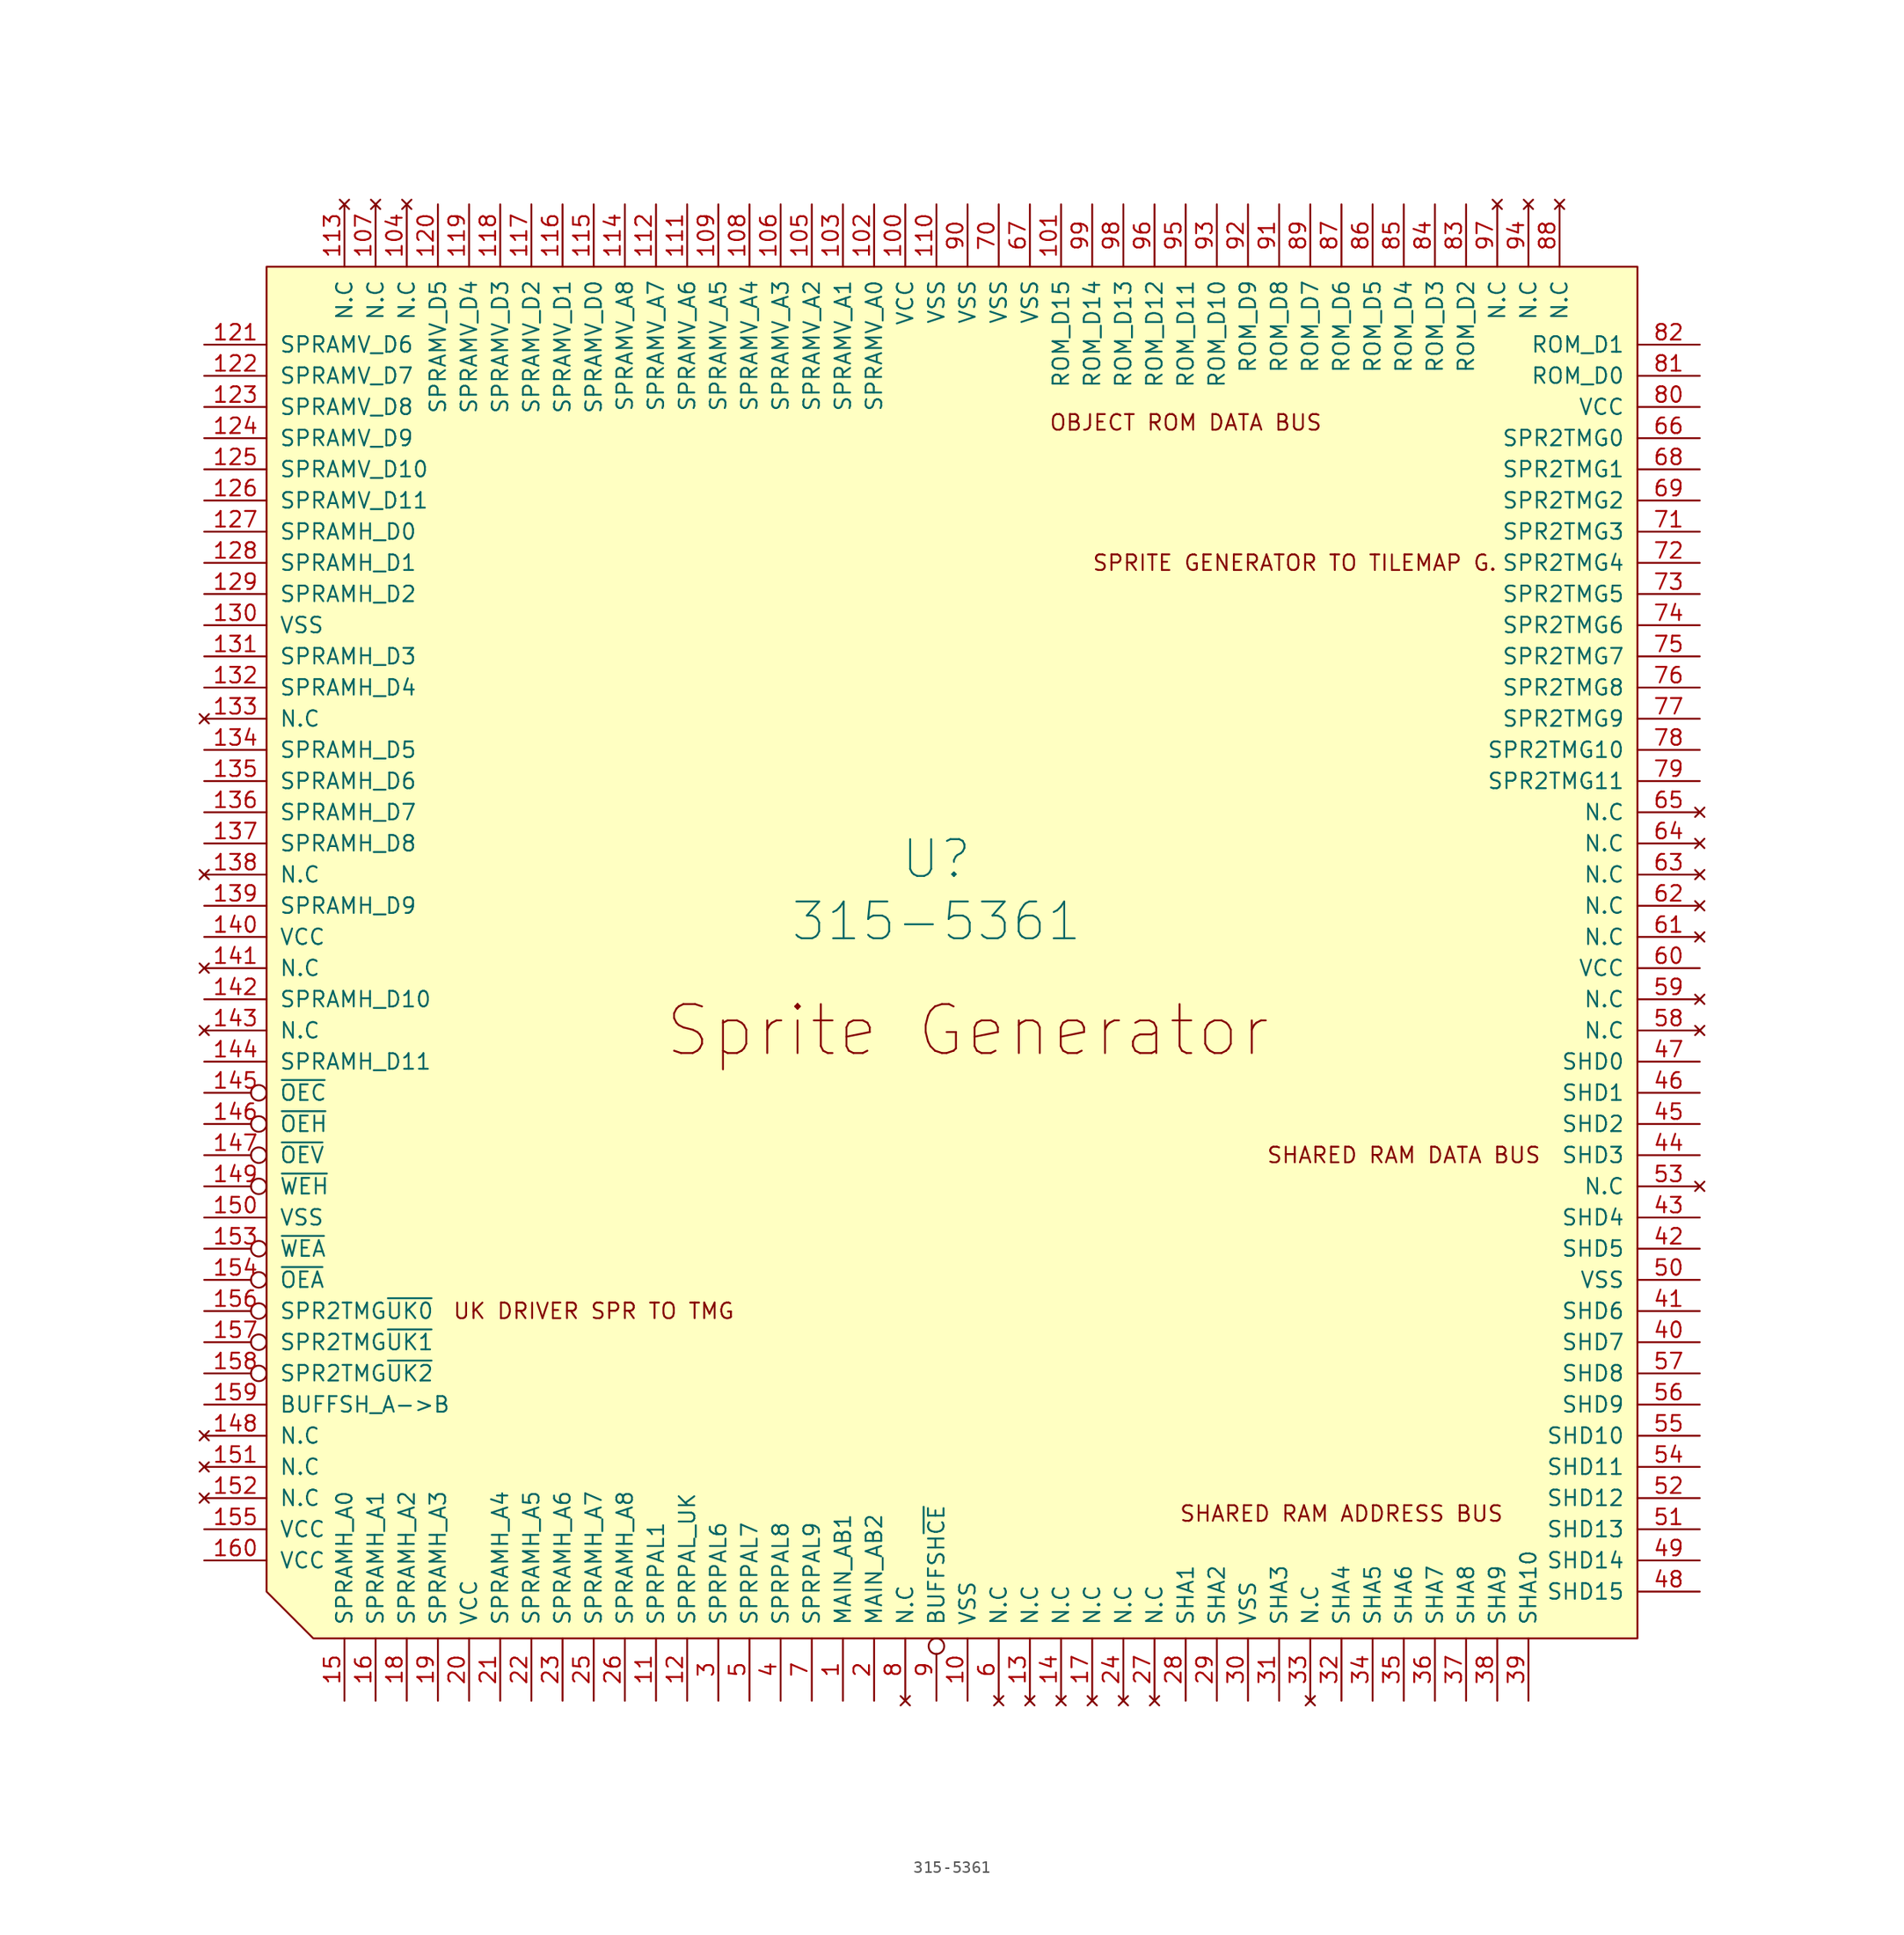
<source format=kicad_sym>
(kicad_symbol_lib
  (version 20220914)
  (generator kicad_symbol_editor)
  (symbol "315-5361"
    (pin_names
      (offset 1.016))
    (property "Reference" "U"
      (at 0 5.08 0)
      (effects (font (size 2.997 2.997))))
    (property "Value" "315-5361"
      (at 0 0 0)
      (effects (font (size 2.997 2.997))))
    (symbol "315-5361_0_0"
      (text "OBJECT ROM DATA BUS" (at 20.32 40.64 0) (effects (font (size 1.27 1.27))))
      (text "SHARED RAM ADDRESS BUS" (at 33.02 -48.26 0) (effects (font (size 1.27 1.27))))
      (text "SHARED RAM DATA BUS" (at 38.1 -19.05 0) (effects (font (size 1.27 1.27))))
      (text "Sprite Generator" (at 2.54 -8.89 0) (effects (font (size 3.988 3.988))))
      (text "SPRITE GENERATOR TO TILEMAP G." (at 29.21 29.21 0) (effects (font (size 1.27 1.27))))
      (text "UK DRIVER SPR TO TMG" (at -27.94 -31.75 0) (effects (font (size 1.27 1.27)))))
    (symbol "315-5361_1_1"
      (polyline (pts (xy -48.26 -58.42) (xy -50.8 -58.42) (xy -54.61 -54.61) (xy -54.61 53.34) (xy 57.15 53.34) (xy 57.15 -58.42) (xy -48.26 -58.42)) (stroke (width 0) (type default)) (fill (type background)))
      (pin input line (at -7.62 -63.5 90) (length 5.08) (name "MAIN_AB1" (effects (font (size 1.27 1.27)))) (number "1" (effects (font (size 1.27 1.27)))))
      (pin power_in line (at 2.54 -63.5 90) (length 5.08) (name "VSS" (effects (font (size 1.27 1.27)))) (number "10" (effects (font (size 1.27 1.27)))))
      (pin power_in line (at -2.54 58.42 270) (length 5.08) (name "VCC" (effects (font (size 1.27 1.27)))) (number "100" (effects (font (size 1.27 1.27)))))
      (pin input line (at 10.16 58.42 270) (length 5.08) (name "ROM_D15" (effects (font (size 1.27 1.27)))) (number "101" (effects (font (size 1.27 1.27)))))
      (pin output line (at -5.08 58.42 270) (length 5.08) (name "SPRAMV_A0" (effects (font (size 1.27 1.27)))) (number "102" (effects (font (size 1.27 1.27)))))
      (pin output line (at -7.62 58.42 270) (length 5.08) (name "SPRAMV_A1" (effects (font (size 1.27 1.27)))) (number "103" (effects (font (size 1.27 1.27)))))
      (pin no_connect line (at -43.18 58.42 270) (length 5.08) (name "N.C" (effects (font (size 1.27 1.27)))) (number "104" (effects (font (size 1.27 1.27)))))
      (pin output line (at -10.16 58.42 270) (length 5.08) (name "SPRAMV_A2" (effects (font (size 1.27 1.27)))) (number "105" (effects (font (size 1.27 1.27)))))
      (pin output line (at -12.7 58.42 270) (length 5.08) (name "SPRAMV_A3" (effects (font (size 1.27 1.27)))) (number "106" (effects (font (size 1.27 1.27)))))
      (pin no_connect line (at -45.72 58.42 270) (length 5.08) (name "N.C" (effects (font (size 1.27 1.27)))) (number "107" (effects (font (size 1.27 1.27)))))
      (pin output line (at -15.24 58.42 270) (length 5.08) (name "SPRAMV_A4" (effects (font (size 1.27 1.27)))) (number "108" (effects (font (size 1.27 1.27)))))
      (pin output line (at -17.78 58.42 270) (length 5.08) (name "SPRAMV_A5" (effects (font (size 1.27 1.27)))) (number "109" (effects (font (size 1.27 1.27)))))
      (pin bidirectional line (at -22.86 -63.5 90) (length 5.08) (name "SPRPAL1" (effects (font (size 1.27 1.27)))) (number "11" (effects (font (size 1.27 1.27)))))
      (pin power_in line (at 0 58.42 270) (length 5.08) (name "VSS" (effects (font (size 1.27 1.27)))) (number "110" (effects (font (size 1.27 1.27)))))
      (pin output line (at -20.32 58.42 270) (length 5.08) (name "SPRAMV_A6" (effects (font (size 1.27 1.27)))) (number "111" (effects (font (size 1.27 1.27)))))
      (pin output line (at -22.86 58.42 270) (length 5.08) (name "SPRAMV_A7" (effects (font (size 1.27 1.27)))) (number "112" (effects (font (size 1.27 1.27)))))
      (pin no_connect line (at -48.26 58.42 270) (length 5.08) (name "N.C" (effects (font (size 1.27 1.27)))) (number "113" (effects (font (size 1.27 1.27)))))
      (pin output line (at -25.4 58.42 270) (length 5.08) (name "SPRAMV_A8" (effects (font (size 1.27 1.27)))) (number "114" (effects (font (size 1.27 1.27)))))
      (pin bidirectional line (at -27.94 58.42 270) (length 5.08) (name "SPRAMV_D0" (effects (font (size 1.27 1.27)))) (number "115" (effects (font (size 1.27 1.27)))))
      (pin bidirectional line (at -30.48 58.42 270) (length 5.08) (name "SPRAMV_D1" (effects (font (size 1.27 1.27)))) (number "116" (effects (font (size 1.27 1.27)))))
      (pin bidirectional line (at -33.02 58.42 270) (length 5.08) (name "SPRAMV_D2" (effects (font (size 1.27 1.27)))) (number "117" (effects (font (size 1.27 1.27)))))
      (pin bidirectional line (at -35.56 58.42 270) (length 5.08) (name "SPRAMV_D3" (effects (font (size 1.27 1.27)))) (number "118" (effects (font (size 1.27 1.27)))))
      (pin bidirectional line (at -38.1 58.42 270) (length 5.08) (name "SPRAMV_D4" (effects (font (size 1.27 1.27)))) (number "119" (effects (font (size 1.27 1.27)))))
      (pin bidirectional line (at -20.32 -63.5 90) (length 5.08) (name "SPRPAL_UK" (effects (font (size 1.27 1.27)))) (number "12" (effects (font (size 1.27 1.27)))))
      (pin bidirectional line (at -40.64 58.42 270) (length 5.08) (name "SPRAMV_D5" (effects (font (size 1.27 1.27)))) (number "120" (effects (font (size 1.27 1.27)))))
      (pin bidirectional line (at -59.69 46.99 0) (length 5.08) (name "SPRAMV_D6" (effects (font (size 1.27 1.27)))) (number "121" (effects (font (size 1.27 1.27)))))
      (pin bidirectional line (at -59.69 44.45 0) (length 5.08) (name "SPRAMV_D7" (effects (font (size 1.27 1.27)))) (number "122" (effects (font (size 1.27 1.27)))))
      (pin bidirectional line (at -59.69 41.91 0) (length 5.08) (name "SPRAMV_D8" (effects (font (size 1.27 1.27)))) (number "123" (effects (font (size 1.27 1.27)))))
      (pin bidirectional line (at -59.69 39.37 0) (length 5.08) (name "SPRAMV_D9" (effects (font (size 1.27 1.27)))) (number "124" (effects (font (size 1.27 1.27)))))
      (pin bidirectional line (at -59.69 36.83 0) (length 5.08) (name "SPRAMV_D10" (effects (font (size 1.27 1.27)))) (number "125" (effects (font (size 1.27 1.27)))))
      (pin bidirectional line (at -59.69 34.29 0) (length 5.08) (name "SPRAMV_D11" (effects (font (size 1.27 1.27)))) (number "126" (effects (font (size 1.27 1.27)))))
      (pin bidirectional line (at -59.69 31.75 0) (length 5.08) (name "SPRAMH_D0" (effects (font (size 1.27 1.27)))) (number "127" (effects (font (size 1.27 1.27)))))
      (pin bidirectional line (at -59.69 29.21 0) (length 5.08) (name "SPRAMH_D1" (effects (font (size 1.27 1.27)))) (number "128" (effects (font (size 1.27 1.27)))))
      (pin bidirectional line (at -59.69 26.67 0) (length 5.08) (name "SPRAMH_D2" (effects (font (size 1.27 1.27)))) (number "129" (effects (font (size 1.27 1.27)))))
      (pin no_connect line (at 7.62 -63.5 90) (length 5.08) (name "N.C" (effects (font (size 1.27 1.27)))) (number "13" (effects (font (size 1.27 1.27)))))
      (pin power_in line (at -59.69 24.13 0) (length 5.08) (name "VSS" (effects (font (size 1.27 1.27)))) (number "130" (effects (font (size 1.27 1.27)))))
      (pin bidirectional line (at -59.69 21.59 0) (length 5.08) (name "SPRAMH_D3" (effects (font (size 1.27 1.27)))) (number "131" (effects (font (size 1.27 1.27)))))
      (pin bidirectional line (at -59.69 19.05 0) (length 5.08) (name "SPRAMH_D4" (effects (font (size 1.27 1.27)))) (number "132" (effects (font (size 1.27 1.27)))))
      (pin no_connect line (at -59.69 16.51 0) (length 5.08) (name "N.C" (effects (font (size 1.27 1.27)))) (number "133" (effects (font (size 1.27 1.27)))))
      (pin bidirectional line (at -59.69 13.97 0) (length 5.08) (name "SPRAMH_D5" (effects (font (size 1.27 1.27)))) (number "134" (effects (font (size 1.27 1.27)))))
      (pin bidirectional line (at -59.69 11.43 0) (length 5.08) (name "SPRAMH_D6" (effects (font (size 1.27 1.27)))) (number "135" (effects (font (size 1.27 1.27)))))
      (pin bidirectional line (at -59.69 8.89 0) (length 5.08) (name "SPRAMH_D7" (effects (font (size 1.27 1.27)))) (number "136" (effects (font (size 1.27 1.27)))))
      (pin bidirectional line (at -59.69 6.35 0) (length 5.08) (name "SPRAMH_D8" (effects (font (size 1.27 1.27)))) (number "137" (effects (font (size 1.27 1.27)))))
      (pin no_connect line (at -59.69 3.81 0) (length 5.08) (name "N.C" (effects (font (size 1.27 1.27)))) (number "138" (effects (font (size 1.27 1.27)))))
      (pin bidirectional line (at -59.69 1.27 0) (length 5.08) (name "SPRAMH_D9" (effects (font (size 1.27 1.27)))) (number "139" (effects (font (size 1.27 1.27)))))
      (pin no_connect line (at 10.16 -63.5 90) (length 5.08) (name "N.C" (effects (font (size 1.27 1.27)))) (number "14" (effects (font (size 1.27 1.27)))))
      (pin power_in line (at -59.69 -1.27 0) (length 5.08) (name "VCC" (effects (font (size 1.27 1.27)))) (number "140" (effects (font (size 1.27 1.27)))))
      (pin no_connect line (at -59.69 -3.81 0) (length 5.08) (name "N.C" (effects (font (size 1.27 1.27)))) (number "141" (effects (font (size 1.27 1.27)))))
      (pin bidirectional line (at -59.69 -6.35 0) (length 5.08) (name "SPRAMH_D10" (effects (font (size 1.27 1.27)))) (number "142" (effects (font (size 1.27 1.27)))))
      (pin no_connect line (at -59.69 -8.89 0) (length 5.08) (name "N.C" (effects (font (size 1.27 1.27)))) (number "143" (effects (font (size 1.27 1.27)))))
      (pin bidirectional line (at -59.69 -11.43 0) (length 5.08) (name "SPRAMH_D11" (effects (font (size 1.27 1.27)))) (number "144" (effects (font (size 1.27 1.27)))))
      (pin output inverted (at -59.69 -13.97 0) (length 5.08) (name "~{OEC}" (effects (font (size 1.27 1.27)))) (number "145" (effects (font (size 1.27 1.27)))))
      (pin output inverted (at -59.69 -16.51 0) (length 5.08) (name "~{OEH}" (effects (font (size 1.27 1.27)))) (number "146" (effects (font (size 1.27 1.27)))))
      (pin output inverted (at -59.69 -19.05 0) (length 5.08) (name "~{OEV}" (effects (font (size 1.27 1.27)))) (number "147" (effects (font (size 1.27 1.27)))))
      (pin no_connect line (at -59.69 -41.91 0) (length 5.08) (name "N.C" (effects (font (size 1.27 1.27)))) (number "148" (effects (font (size 1.27 1.27)))))
      (pin output inverted (at -59.69 -21.59 0) (length 5.08) (name "~{WEH}" (effects (font (size 1.27 1.27)))) (number "149" (effects (font (size 1.27 1.27)))))
      (pin output line (at -48.26 -63.5 90) (length 5.08) (name "SPRAMH_A0" (effects (font (size 1.27 1.27)))) (number "15" (effects (font (size 1.27 1.27)))))
      (pin power_in line (at -59.69 -24.13 0) (length 5.08) (name "VSS" (effects (font (size 1.27 1.27)))) (number "150" (effects (font (size 1.27 1.27)))))
      (pin no_connect line (at -59.69 -44.45 0) (length 5.08) (name "N.C" (effects (font (size 1.27 1.27)))) (number "151" (effects (font (size 1.27 1.27)))))
      (pin no_connect line (at -59.69 -46.99 0) (length 5.08) (name "N.C" (effects (font (size 1.27 1.27)))) (number "152" (effects (font (size 1.27 1.27)))))
      (pin output inverted (at -59.69 -26.67 0) (length 5.08) (name "~{WEA}" (effects (font (size 1.27 1.27)))) (number "153" (effects (font (size 1.27 1.27)))))
      (pin output inverted (at -59.69 -29.21 0) (length 5.08) (name "~{OEA}" (effects (font (size 1.27 1.27)))) (number "154" (effects (font (size 1.27 1.27)))))
      (pin power_in line (at -59.69 -49.53 0) (length 5.08) (name "VCC" (effects (font (size 1.27 1.27)))) (number "155" (effects (font (size 1.27 1.27)))))
      (pin bidirectional inverted (at -59.69 -31.75 0) (length 5.08) (name "SPR2TMG~{UK0}" (effects (font (size 1.27 1.27)))) (number "156" (effects (font (size 1.27 1.27)))))
      (pin bidirectional inverted (at -59.69 -34.29 0) (length 5.08) (name "SPR2TMG~{UK1}" (effects (font (size 1.27 1.27)))) (number "157" (effects (font (size 1.27 1.27)))))
      (pin bidirectional inverted (at -59.69 -36.83 0) (length 5.08) (name "SPR2TMG~{UK2}" (effects (font (size 1.27 1.27)))) (number "158" (effects (font (size 1.27 1.27)))))
      (pin output line (at -59.69 -39.37 0) (length 5.08) (name "BUFFSH_A->B" (effects (font (size 1.27 1.27)))) (number "159" (effects (font (size 1.27 1.27)))))
      (pin output line (at -45.72 -63.5 90) (length 5.08) (name "SPRAMH_A1" (effects (font (size 1.27 1.27)))) (number "16" (effects (font (size 1.27 1.27)))))
      (pin power_in line (at -59.69 -52.07 0) (length 5.08) (name "VCC" (effects (font (size 1.27 1.27)))) (number "160" (effects (font (size 1.27 1.27)))))
      (pin no_connect line (at 12.7 -63.5 90) (length 5.08) (name "N.C" (effects (font (size 1.27 1.27)))) (number "17" (effects (font (size 1.27 1.27)))))
      (pin output line (at -43.18 -63.5 90) (length 5.08) (name "SPRAMH_A2" (effects (font (size 1.27 1.27)))) (number "18" (effects (font (size 1.27 1.27)))))
      (pin output line (at -40.64 -63.5 90) (length 5.08) (name "SPRAMH_A3" (effects (font (size 1.27 1.27)))) (number "19" (effects (font (size 1.27 1.27)))))
      (pin input line (at -5.08 -63.5 90) (length 5.08) (name "MAIN_AB2" (effects (font (size 1.27 1.27)))) (number "2" (effects (font (size 1.27 1.27)))))
      (pin power_in line (at -38.1 -63.5 90) (length 5.08) (name "VCC" (effects (font (size 1.27 1.27)))) (number "20" (effects (font (size 1.27 1.27)))))
      (pin output line (at -35.56 -63.5 90) (length 5.08) (name "SPRAMH_A4" (effects (font (size 1.27 1.27)))) (number "21" (effects (font (size 1.27 1.27)))))
      (pin output line (at -33.02 -63.5 90) (length 5.08) (name "SPRAMH_A5" (effects (font (size 1.27 1.27)))) (number "22" (effects (font (size 1.27 1.27)))))
      (pin output line (at -30.48 -63.5 90) (length 5.08) (name "SPRAMH_A6" (effects (font (size 1.27 1.27)))) (number "23" (effects (font (size 1.27 1.27)))))
      (pin no_connect line (at 15.24 -63.5 90) (length 5.08) (name "N.C" (effects (font (size 1.27 1.27)))) (number "24" (effects (font (size 1.27 1.27)))))
      (pin output line (at -27.94 -63.5 90) (length 5.08) (name "SPRAMH_A7" (effects (font (size 1.27 1.27)))) (number "25" (effects (font (size 1.27 1.27)))))
      (pin output line (at -25.4 -63.5 90) (length 5.08) (name "SPRAMH_A8" (effects (font (size 1.27 1.27)))) (number "26" (effects (font (size 1.27 1.27)))))
      (pin no_connect line (at 17.78 -63.5 90) (length 5.08) (name "N.C" (effects (font (size 1.27 1.27)))) (number "27" (effects (font (size 1.27 1.27)))))
      (pin bidirectional line (at 20.32 -63.5 90) (length 5.08) (name "SHA1" (effects (font (size 1.27 1.27)))) (number "28" (effects (font (size 1.27 1.27)))))
      (pin bidirectional line (at 22.86 -63.5 90) (length 5.08) (name "SHA2" (effects (font (size 1.27 1.27)))) (number "29" (effects (font (size 1.27 1.27)))))
      (pin bidirectional line (at -17.78 -63.5 90) (length 5.08) (name "SPRPAL6" (effects (font (size 1.27 1.27)))) (number "3" (effects (font (size 1.27 1.27)))))
      (pin power_in line (at 25.4 -63.5 90) (length 5.08) (name "VSS" (effects (font (size 1.27 1.27)))) (number "30" (effects (font (size 1.27 1.27)))))
      (pin bidirectional line (at 27.94 -63.5 90) (length 5.08) (name "SHA3" (effects (font (size 1.27 1.27)))) (number "31" (effects (font (size 1.27 1.27)))))
      (pin bidirectional line (at 33.02 -63.5 90) (length 5.08) (name "SHA4" (effects (font (size 1.27 1.27)))) (number "32" (effects (font (size 1.27 1.27)))))
      (pin no_connect line (at 30.48 -63.5 90) (length 5.08) (name "N.C" (effects (font (size 1.27 1.27)))) (number "33" (effects (font (size 1.27 1.27)))))
      (pin bidirectional line (at 35.56 -63.5 90) (length 5.08) (name "SHA5" (effects (font (size 1.27 1.27)))) (number "34" (effects (font (size 1.27 1.27)))))
      (pin bidirectional line (at 38.1 -63.5 90) (length 5.08) (name "SHA6" (effects (font (size 1.27 1.27)))) (number "35" (effects (font (size 1.27 1.27)))))
      (pin bidirectional line (at 40.64 -63.5 90) (length 5.08) (name "SHA7" (effects (font (size 1.27 1.27)))) (number "36" (effects (font (size 1.27 1.27)))))
      (pin bidirectional line (at 43.18 -63.5 90) (length 5.08) (name "SHA8" (effects (font (size 1.27 1.27)))) (number "37" (effects (font (size 1.27 1.27)))))
      (pin bidirectional line (at 45.72 -63.5 90) (length 5.08) (name "SHA9" (effects (font (size 1.27 1.27)))) (number "38" (effects (font (size 1.27 1.27)))))
      (pin bidirectional line (at 48.26 -63.5 90) (length 5.08) (name "SHA10" (effects (font (size 1.27 1.27)))) (number "39" (effects (font (size 1.27 1.27)))))
      (pin bidirectional line (at -12.7 -63.5 90) (length 5.08) (name "SPRPAL8" (effects (font (size 1.27 1.27)))) (number "4" (effects (font (size 1.27 1.27)))))
      (pin bidirectional line (at 62.23 -34.29 180) (length 5.08) (name "SHD7" (effects (font (size 1.27 1.27)))) (number "40" (effects (font (size 1.27 1.27)))))
      (pin bidirectional line (at 62.23 -31.75 180) (length 5.08) (name "SHD6" (effects (font (size 1.27 1.27)))) (number "41" (effects (font (size 1.27 1.27)))))
      (pin bidirectional line (at 62.23 -26.67 180) (length 5.08) (name "SHD5" (effects (font (size 1.27 1.27)))) (number "42" (effects (font (size 1.27 1.27)))))
      (pin bidirectional line (at 62.23 -24.13 180) (length 5.08) (name "SHD4" (effects (font (size 1.27 1.27)))) (number "43" (effects (font (size 1.27 1.27)))))
      (pin bidirectional line (at 62.23 -19.05 180) (length 5.08) (name "SHD3" (effects (font (size 1.27 1.27)))) (number "44" (effects (font (size 1.27 1.27)))))
      (pin bidirectional line (at 62.23 -16.51 180) (length 5.08) (name "SHD2" (effects (font (size 1.27 1.27)))) (number "45" (effects (font (size 1.27 1.27)))))
      (pin bidirectional line (at 62.23 -13.97 180) (length 5.08) (name "SHD1" (effects (font (size 1.27 1.27)))) (number "46" (effects (font (size 1.27 1.27)))))
      (pin bidirectional line (at 62.23 -11.43 180) (length 5.08) (name "SHD0" (effects (font (size 1.27 1.27)))) (number "47" (effects (font (size 1.27 1.27)))))
      (pin bidirectional line (at 62.23 -54.61 180) (length 5.08) (name "SHD15" (effects (font (size 1.27 1.27)))) (number "48" (effects (font (size 1.27 1.27)))))
      (pin bidirectional line (at 62.23 -52.07 180) (length 5.08) (name "SHD14" (effects (font (size 1.27 1.27)))) (number "49" (effects (font (size 1.27 1.27)))))
      (pin bidirectional line (at -15.24 -63.5 90) (length 5.08) (name "SPRPAL7" (effects (font (size 1.27 1.27)))) (number "5" (effects (font (size 1.27 1.27)))))
      (pin power_in line (at 62.23 -29.21 180) (length 5.08) (name "VSS" (effects (font (size 1.27 1.27)))) (number "50" (effects (font (size 1.27 1.27)))))
      (pin bidirectional line (at 62.23 -49.53 180) (length 5.08) (name "SHD13" (effects (font (size 1.27 1.27)))) (number "51" (effects (font (size 1.27 1.27)))))
      (pin bidirectional line (at 62.23 -46.99 180) (length 5.08) (name "SHD12" (effects (font (size 1.27 1.27)))) (number "52" (effects (font (size 1.27 1.27)))))
      (pin no_connect line (at 62.23 -21.59 180) (length 5.08) (name "N.C" (effects (font (size 1.27 1.27)))) (number "53" (effects (font (size 1.27 1.27)))))
      (pin bidirectional line (at 62.23 -44.45 180) (length 5.08) (name "SHD11" (effects (font (size 1.27 1.27)))) (number "54" (effects (font (size 1.27 1.27)))))
      (pin bidirectional line (at 62.23 -41.91 180) (length 5.08) (name "SHD10" (effects (font (size 1.27 1.27)))) (number "55" (effects (font (size 1.27 1.27)))))
      (pin bidirectional line (at 62.23 -39.37 180) (length 5.08) (name "SHD9" (effects (font (size 1.27 1.27)))) (number "56" (effects (font (size 1.27 1.27)))))
      (pin bidirectional line (at 62.23 -36.83 180) (length 5.08) (name "SHD8" (effects (font (size 1.27 1.27)))) (number "57" (effects (font (size 1.27 1.27)))))
      (pin no_connect line (at 62.23 -8.89 180) (length 5.08) (name "N.C" (effects (font (size 1.27 1.27)))) (number "58" (effects (font (size 1.27 1.27)))))
      (pin no_connect line (at 62.23 -6.35 180) (length 5.08) (name "N.C" (effects (font (size 1.27 1.27)))) (number "59" (effects (font (size 1.27 1.27)))))
      (pin no_connect line (at 5.08 -63.5 90) (length 5.08) (name "N.C" (effects (font (size 1.27 1.27)))) (number "6" (effects (font (size 1.27 1.27)))))
      (pin power_in line (at 62.23 -3.81 180) (length 5.08) (name "VCC" (effects (font (size 1.27 1.27)))) (number "60" (effects (font (size 1.27 1.27)))))
      (pin no_connect line (at 62.23 -1.27 180) (length 5.08) (name "N.C" (effects (font (size 1.27 1.27)))) (number "61" (effects (font (size 1.27 1.27)))))
      (pin no_connect line (at 62.23 1.27 180) (length 5.08) (name "N.C" (effects (font (size 1.27 1.27)))) (number "62" (effects (font (size 1.27 1.27)))))
      (pin no_connect line (at 62.23 3.81 180) (length 5.08) (name "N.C" (effects (font (size 1.27 1.27)))) (number "63" (effects (font (size 1.27 1.27)))))
      (pin no_connect line (at 62.23 6.35 180) (length 5.08) (name "N.C" (effects (font (size 1.27 1.27)))) (number "64" (effects (font (size 1.27 1.27)))))
      (pin no_connect line (at 62.23 8.89 180) (length 5.08) (name "N.C" (effects (font (size 1.27 1.27)))) (number "65" (effects (font (size 1.27 1.27)))))
      (pin bidirectional line (at 62.23 39.37 180) (length 5.08) (name "SPR2TMG0" (effects (font (size 1.27 1.27)))) (number "66" (effects (font (size 1.27 1.27)))))
      (pin power_in line (at 7.62 58.42 270) (length 5.08) (name "VSS" (effects (font (size 1.27 1.27)))) (number "67" (effects (font (size 1.27 1.27)))))
      (pin bidirectional line (at 62.23 36.83 180) (length 5.08) (name "SPR2TMG1" (effects (font (size 1.27 1.27)))) (number "68" (effects (font (size 1.27 1.27)))))
      (pin bidirectional line (at 62.23 34.29 180) (length 5.08) (name "SPR2TMG2" (effects (font (size 1.27 1.27)))) (number "69" (effects (font (size 1.27 1.27)))))
      (pin bidirectional line (at -10.16 -63.5 90) (length 5.08) (name "SPRPAL9" (effects (font (size 1.27 1.27)))) (number "7" (effects (font (size 1.27 1.27)))))
      (pin power_in line (at 5.08 58.42 270) (length 5.08) (name "VSS" (effects (font (size 1.27 1.27)))) (number "70" (effects (font (size 1.27 1.27)))))
      (pin bidirectional line (at 62.23 31.75 180) (length 5.08) (name "SPR2TMG3" (effects (font (size 1.27 1.27)))) (number "71" (effects (font (size 1.27 1.27)))))
      (pin bidirectional line (at 62.23 29.21 180) (length 5.08) (name "SPR2TMG4" (effects (font (size 1.27 1.27)))) (number "72" (effects (font (size 1.27 1.27)))))
      (pin bidirectional line (at 62.23 26.67 180) (length 5.08) (name "SPR2TMG5" (effects (font (size 1.27 1.27)))) (number "73" (effects (font (size 1.27 1.27)))))
      (pin bidirectional line (at 62.23 24.13 180) (length 5.08) (name "SPR2TMG6" (effects (font (size 1.27 1.27)))) (number "74" (effects (font (size 1.27 1.27)))))
      (pin bidirectional line (at 62.23 21.59 180) (length 5.08) (name "SPR2TMG7" (effects (font (size 1.27 1.27)))) (number "75" (effects (font (size 1.27 1.27)))))
      (pin bidirectional line (at 62.23 19.05 180) (length 5.08) (name "SPR2TMG8" (effects (font (size 1.27 1.27)))) (number "76" (effects (font (size 1.27 1.27)))))
      (pin bidirectional line (at 62.23 16.51 180) (length 5.08) (name "SPR2TMG9" (effects (font (size 1.27 1.27)))) (number "77" (effects (font (size 1.27 1.27)))))
      (pin bidirectional line (at 62.23 13.97 180) (length 5.08) (name "SPR2TMG10" (effects (font (size 1.27 1.27)))) (number "78" (effects (font (size 1.27 1.27)))))
      (pin bidirectional line (at 62.23 11.43 180) (length 5.08) (name "SPR2TMG11" (effects (font (size 1.27 1.27)))) (number "79" (effects (font (size 1.27 1.27)))))
      (pin no_connect line (at -2.54 -63.5 90) (length 5.08) (name "N.C" (effects (font (size 1.27 1.27)))) (number "8" (effects (font (size 1.27 1.27)))))
      (pin power_in line (at 62.23 41.91 180) (length 5.08) (name "VCC" (effects (font (size 1.27 1.27)))) (number "80" (effects (font (size 1.27 1.27)))))
      (pin input line (at 62.23 44.45 180) (length 5.08) (name "ROM_D0" (effects (font (size 1.27 1.27)))) (number "81" (effects (font (size 1.27 1.27)))))
      (pin input line (at 62.23 46.99 180) (length 5.08) (name "ROM_D1" (effects (font (size 1.27 1.27)))) (number "82" (effects (font (size 1.27 1.27)))))
      (pin input line (at 43.18 58.42 270) (length 5.08) (name "ROM_D2" (effects (font (size 1.27 1.27)))) (number "83" (effects (font (size 1.27 1.27)))))
      (pin input line (at 40.64 58.42 270) (length 5.08) (name "ROM_D3" (effects (font (size 1.27 1.27)))) (number "84" (effects (font (size 1.27 1.27)))))
      (pin input line (at 38.1 58.42 270) (length 5.08) (name "ROM_D4" (effects (font (size 1.27 1.27)))) (number "85" (effects (font (size 1.27 1.27)))))
      (pin input line (at 35.56 58.42 270) (length 5.08) (name "ROM_D5" (effects (font (size 1.27 1.27)))) (number "86" (effects (font (size 1.27 1.27)))))
      (pin input line (at 33.02 58.42 270) (length 5.08) (name "ROM_D6" (effects (font (size 1.27 1.27)))) (number "87" (effects (font (size 1.27 1.27)))))
      (pin no_connect line (at 50.8 58.42 270) (length 5.08) (name "N.C" (effects (font (size 1.27 1.27)))) (number "88" (effects (font (size 1.27 1.27)))))
      (pin input line (at 30.48 58.42 270) (length 5.08) (name "ROM_D7" (effects (font (size 1.27 1.27)))) (number "89" (effects (font (size 1.27 1.27)))))
      (pin output inverted (at 0 -63.5 90) (length 5.08) (name "BUFFSH~{CE}" (effects (font (size 1.27 1.27)))) (number "9" (effects (font (size 1.27 1.27)))))
      (pin power_in line (at 2.54 58.42 270) (length 5.08) (name "VSS" (effects (font (size 1.27 1.27)))) (number "90" (effects (font (size 1.27 1.27)))))
      (pin input line (at 27.94 58.42 270) (length 5.08) (name "ROM_D8" (effects (font (size 1.27 1.27)))) (number "91" (effects (font (size 1.27 1.27)))))
      (pin input line (at 25.4 58.42 270) (length 5.08) (name "ROM_D9" (effects (font (size 1.27 1.27)))) (number "92" (effects (font (size 1.27 1.27)))))
      (pin input line (at 22.86 58.42 270) (length 5.08) (name "ROM_D10" (effects (font (size 1.27 1.27)))) (number "93" (effects (font (size 1.27 1.27)))))
      (pin no_connect line (at 48.26 58.42 270) (length 5.08) (name "N.C" (effects (font (size 1.27 1.27)))) (number "94" (effects (font (size 1.27 1.27)))))
      (pin input line (at 20.32 58.42 270) (length 5.08) (name "ROM_D11" (effects (font (size 1.27 1.27)))) (number "95" (effects (font (size 1.27 1.27)))))
      (pin output line (at 17.78 58.42 270) (length 5.08) (name "ROM_D12" (effects (font (size 1.27 1.27)))) (number "96" (effects (font (size 1.27 1.27)))))
      (pin no_connect line (at 45.72 58.42 270) (length 5.08) (name "N.C" (effects (font (size 1.27 1.27)))) (number "97" (effects (font (size 1.27 1.27)))))
      (pin output line (at 15.24 58.42 270) (length 5.08) (name "ROM_D13" (effects (font (size 1.27 1.27)))) (number "98" (effects (font (size 1.27 1.27)))))
      (pin output line (at 12.7 58.42 270) (length 5.08) (name "ROM_D14" (effects (font (size 1.27 1.27)))) (number "99" (effects (font (size 1.27 1.27))))))))
</source>
